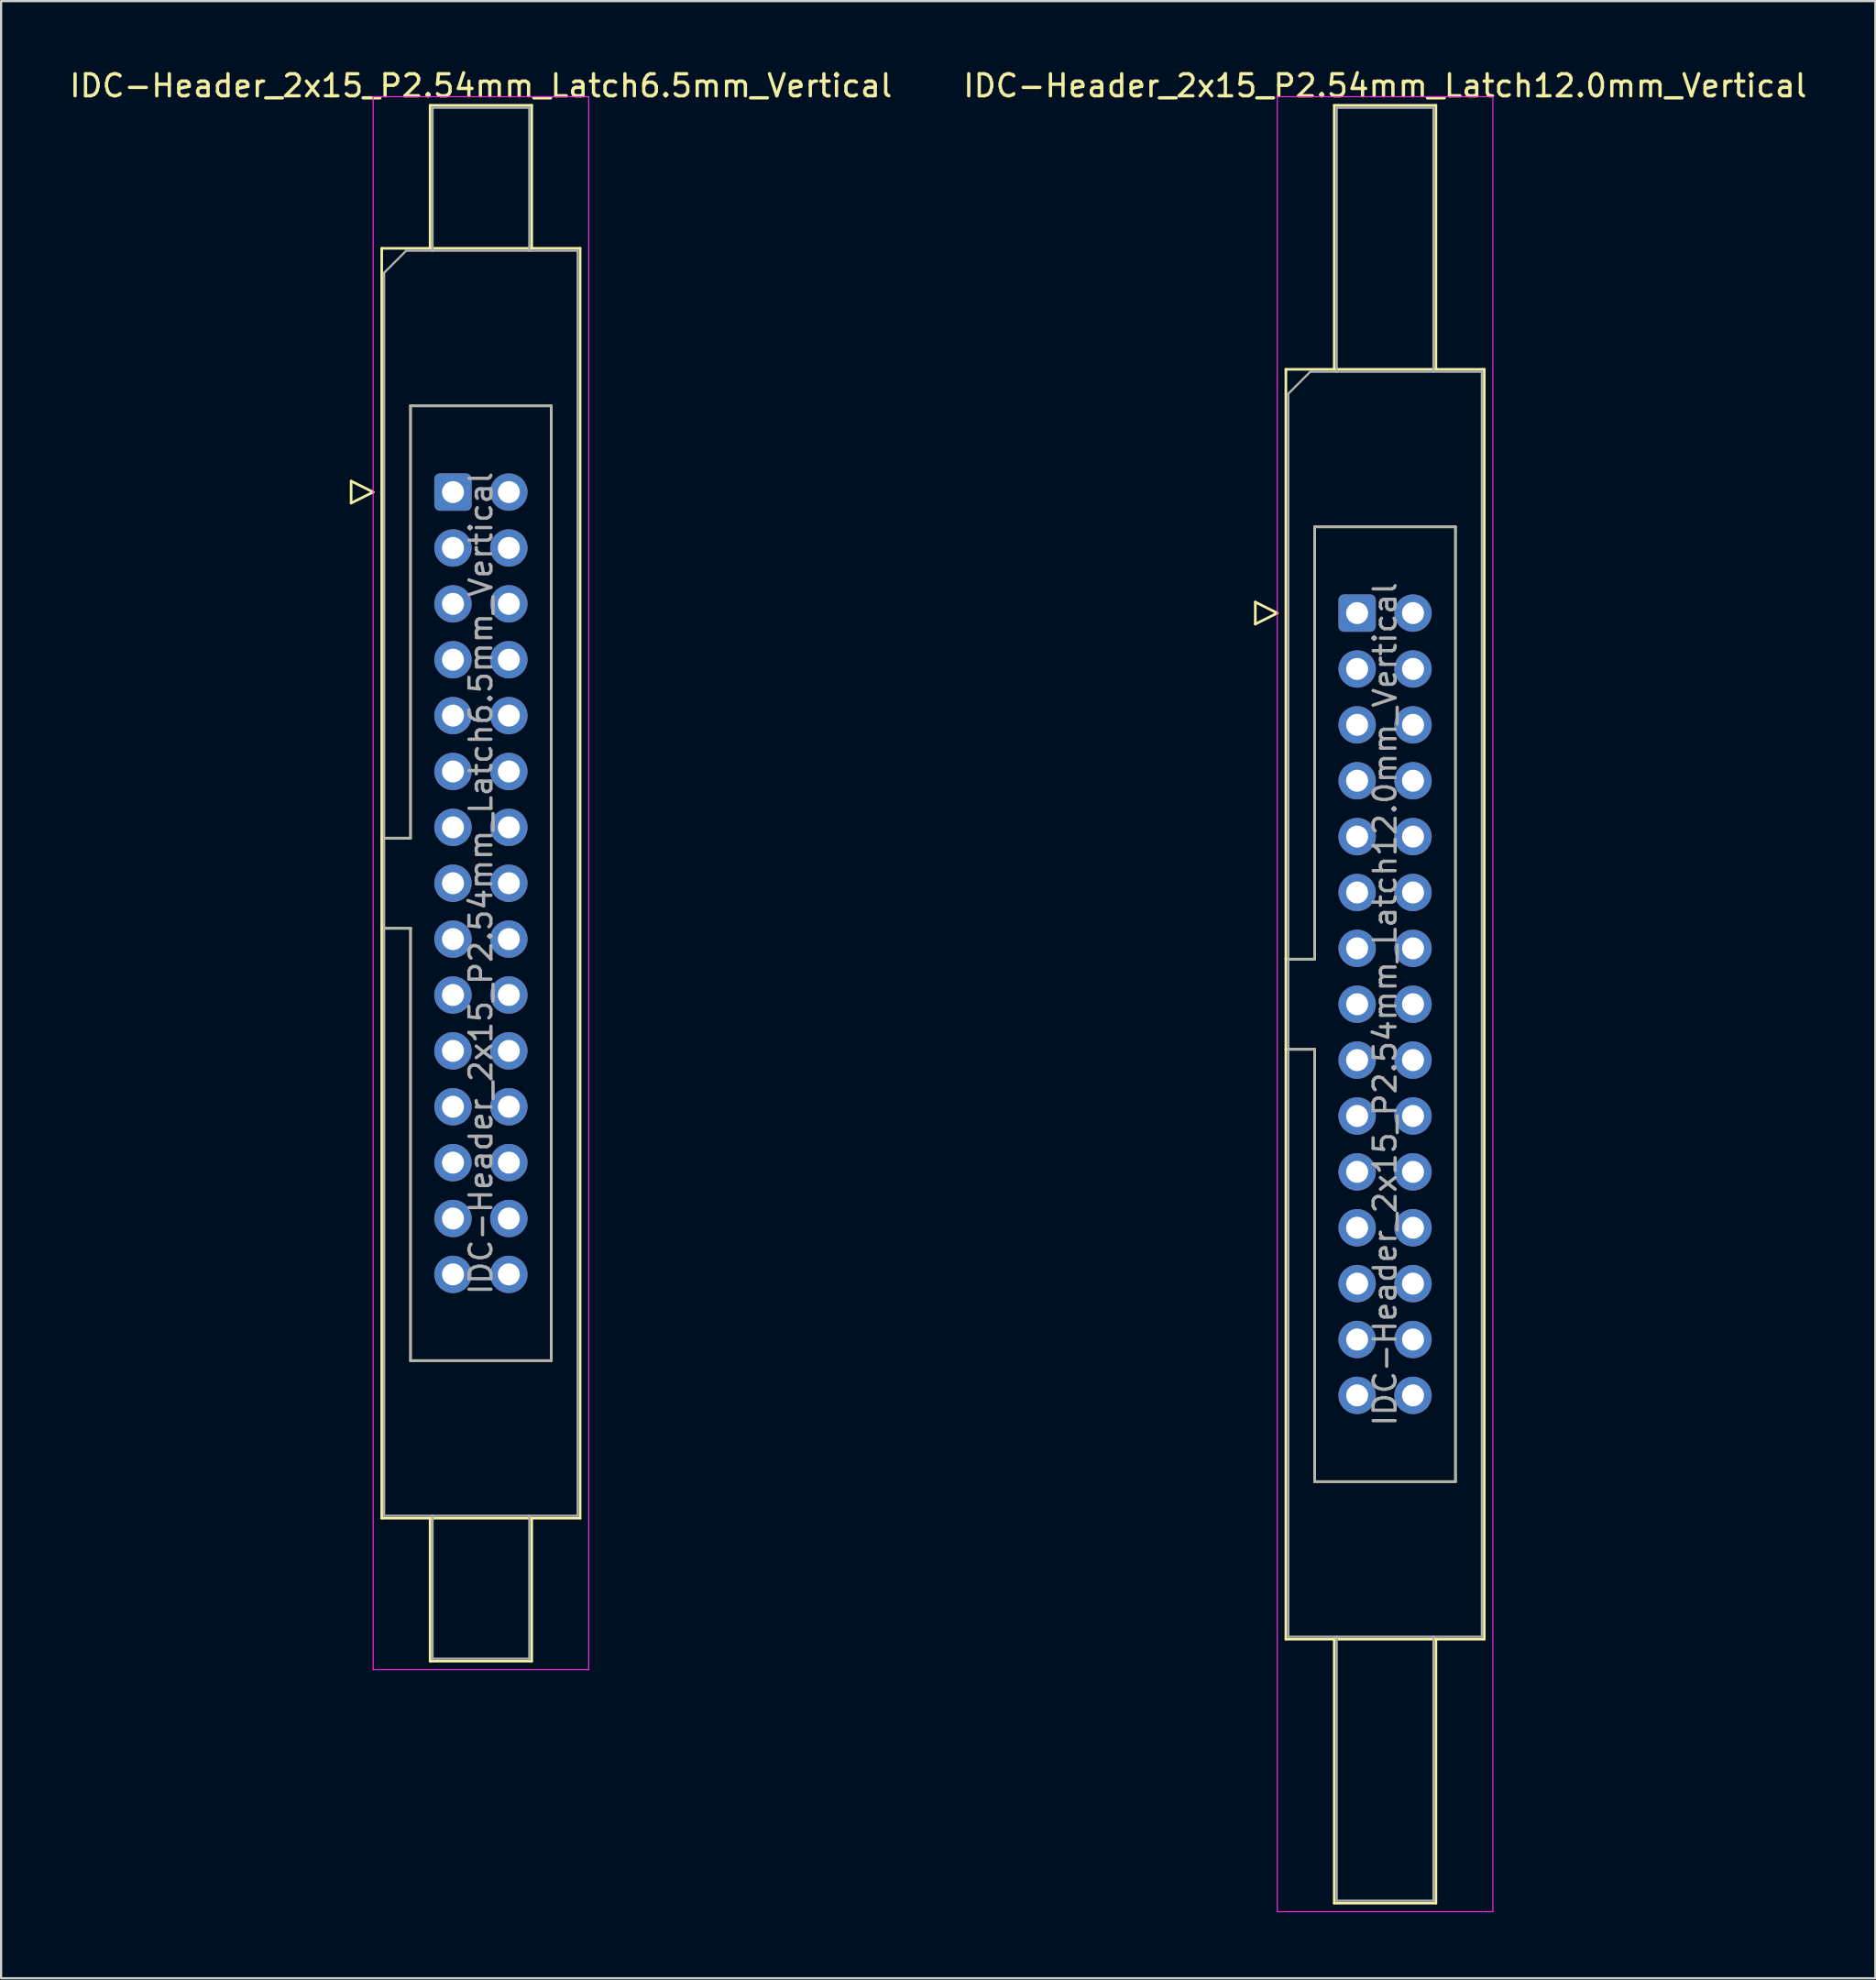
<source format=kicad_pcb>
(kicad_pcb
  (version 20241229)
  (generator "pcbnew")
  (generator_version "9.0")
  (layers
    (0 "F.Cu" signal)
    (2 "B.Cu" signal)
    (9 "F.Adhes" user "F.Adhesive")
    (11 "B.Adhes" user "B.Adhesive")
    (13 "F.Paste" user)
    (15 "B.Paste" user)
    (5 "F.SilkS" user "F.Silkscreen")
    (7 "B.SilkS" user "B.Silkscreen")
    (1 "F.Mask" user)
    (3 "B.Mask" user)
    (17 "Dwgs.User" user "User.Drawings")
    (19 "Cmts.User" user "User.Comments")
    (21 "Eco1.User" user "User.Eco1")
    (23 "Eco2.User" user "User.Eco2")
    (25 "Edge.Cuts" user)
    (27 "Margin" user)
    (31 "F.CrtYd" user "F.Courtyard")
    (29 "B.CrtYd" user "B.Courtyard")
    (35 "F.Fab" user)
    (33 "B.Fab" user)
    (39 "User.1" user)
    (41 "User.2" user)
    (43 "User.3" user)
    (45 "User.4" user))
  (footprint "IDC-Header_2x15_P2.54mm_Latch12.0mm_Vertical"
    (layer "F.Cu")
    (at 58.653 24.818)
    (property "Reference" "IDC-Header_2x15_P2.54mm_Latch12.0mm_Vertical" (at 1.27 -23.97 0) (layer "F.SilkS") (effects (font (size 1 1) (thickness 0.15))))
    (attr through_hole)
    (fp_line (start -4.63 -0.5) (end -4.63 0.5) (stroke (width 0.12) (type solid)) (layer "F.SilkS"))
    (fp_line (start -4.63 0.5) (end -3.63 0) (stroke (width 0.12) (type solid)) (layer "F.SilkS"))
    (fp_line (start -3.63 0) (end -4.63 -0.5) (stroke (width 0.12) (type solid)) (layer "F.SilkS"))
    (fp_line (start -3.24 -11.08) (end 5.78 -11.08) (stroke (width 0.12) (type solid)) (layer "F.SilkS"))
    (fp_line (start -3.24 15.73) (end -1.93 15.73) (stroke (width 0.12) (type solid)) (layer "F.SilkS"))
    (fp_line (start -3.24 46.64) (end -3.24 -11.08) (stroke (width 0.12) (type solid)) (layer "F.SilkS"))
    (fp_line (start -1.93 -3.92) (end 4.47 -3.92) (stroke (width 0.12) (type solid)) (layer "F.SilkS"))
    (fp_line (start -1.93 15.73) (end -1.93 -3.92) (stroke (width 0.12) (type solid)) (layer "F.SilkS"))
    (fp_line (start -1.93 19.83) (end -3.24 19.83) (stroke (width 0.12) (type solid)) (layer "F.SilkS"))
    (fp_line (start -1.93 19.83) (end -1.93 19.83) (stroke (width 0.12) (type solid)) (layer "F.SilkS"))
    (fp_line (start -1.93 39.48) (end -1.93 19.83) (stroke (width 0.12) (type solid)) (layer "F.SilkS"))
    (fp_line (start -1.04 -23.08) (end 3.58 -23.08) (stroke (width 0.12) (type solid)) (layer "F.SilkS"))
    (fp_line (start -1.04 -11.08) (end -1.04 -23.08) (stroke (width 0.12) (type solid)) (layer "F.SilkS"))
    (fp_line (start -1.04 46.64) (end -1.04 58.64) (stroke (width 0.12) (type solid)) (layer "F.SilkS"))
    (fp_line (start -1.04 58.64) (end 3.58 58.64) (stroke (width 0.12) (type solid)) (layer "F.SilkS"))
    (fp_line (start 3.58 -23.08) (end 3.58 -11.08) (stroke (width 0.12) (type solid)) (layer "F.SilkS"))
    (fp_line (start 3.58 58.64) (end 3.58 46.64) (stroke (width 0.12) (type solid)) (layer "F.SilkS"))
    (fp_line (start 4.47 -3.92) (end 4.47 39.48) (stroke (width 0.12) (type solid)) (layer "F.SilkS"))
    (fp_line (start 4.47 39.48) (end -1.93 39.48) (stroke (width 0.12) (type solid)) (layer "F.SilkS"))
    (fp_line (start 5.78 -11.08) (end 5.78 46.64) (stroke (width 0.12) (type solid)) (layer "F.SilkS"))
    (fp_line (start 5.78 46.64) (end -3.24 46.64) (stroke (width 0.12) (type solid)) (layer "F.SilkS"))
    (fp_line (start -3.63 -23.47) (end -3.63 59.03) (stroke (width 0.05) (type solid)) (layer "F.CrtYd"))
    (fp_line (start -3.63 59.03) (end 6.17 59.03) (stroke (width 0.05) (type solid)) (layer "F.CrtYd"))
    (fp_line (start 6.17 -23.47) (end -3.63 -23.47) (stroke (width 0.05) (type solid)) (layer "F.CrtYd"))
    (fp_line (start 6.17 59.03) (end 6.17 -23.47) (stroke (width 0.05) (type solid)) (layer "F.CrtYd"))
    (fp_line (start -3.13 -9.97) (end -2.13 -10.97) (stroke (width 0.1) (type solid)) (layer "F.Fab"))
    (fp_line (start -3.13 15.73) (end -1.93 15.73) (stroke (width 0.1) (type solid)) (layer "F.Fab"))
    (fp_line (start -3.13 46.53) (end -3.13 -9.97) (stroke (width 0.1) (type solid)) (layer "F.Fab"))
    (fp_line (start -2.13 -10.97) (end 5.67 -10.97) (stroke (width 0.1) (type solid)) (layer "F.Fab"))
    (fp_line (start -1.93 -3.92) (end 4.47 -3.92) (stroke (width 0.1) (type solid)) (layer "F.Fab"))
    (fp_line (start -1.93 15.73) (end -1.93 -3.92) (stroke (width 0.1) (type solid)) (layer "F.Fab"))
    (fp_line (start -1.93 19.83) (end -3.13 19.83) (stroke (width 0.1) (type solid)) (layer "F.Fab"))
    (fp_line (start -1.93 19.83) (end -1.93 19.83) (stroke (width 0.1) (type solid)) (layer "F.Fab"))
    (fp_line (start -1.93 39.48) (end -1.93 19.83) (stroke (width 0.1) (type solid)) (layer "F.Fab"))
    (fp_line (start -0.93 -22.97) (end 3.47 -22.97) (stroke (width 0.1) (type solid)) (layer "F.Fab"))
    (fp_line (start -0.93 -10.97) (end -0.93 -22.97) (stroke (width 0.1) (type solid)) (layer "F.Fab"))
    (fp_line (start -0.93 46.53) (end -0.93 58.53) (stroke (width 0.1) (type solid)) (layer "F.Fab"))
    (fp_line (start -0.93 58.53) (end 3.47 58.53) (stroke (width 0.1) (type solid)) (layer "F.Fab"))
    (fp_line (start 3.47 -22.97) (end 3.47 -10.97) (stroke (width 0.1) (type solid)) (layer "F.Fab"))
    (fp_line (start 3.47 58.53) (end 3.47 46.53) (stroke (width 0.1) (type solid)) (layer "F.Fab"))
    (fp_line (start 4.47 -3.92) (end 4.47 39.48) (stroke (width 0.1) (type solid)) (layer "F.Fab"))
    (fp_line (start 4.47 39.48) (end -1.93 39.48) (stroke (width 0.1) (type solid)) (layer "F.Fab"))
    (fp_line (start 5.67 -10.97) (end 5.67 46.53) (stroke (width 0.1) (type solid)) (layer "F.Fab"))
    (fp_line (start 5.67 46.53) (end -3.13 46.53) (stroke (width 0.1) (type solid)) (layer "F.Fab"))
    (fp_text user "${REFERENCE}" (at 1.27 17.78 90) (layer "F.Fab") (effects (font (size 1 1) (thickness 0.15))))
    (pad "1" thru_hole roundrect (at 0 0) (size 1.7 1.7) (drill 1) (layers "*.Cu" "*.Mask") (roundrect_rratio 0.147))
    (pad "2" thru_hole circle (at 2.54 0) (size 1.7 1.7) (drill 1) (layers "*.Cu" "*.Mask"))
    (pad "3" thru_hole circle (at 0 2.54) (size 1.7 1.7) (drill 1) (layers "*.Cu" "*.Mask"))
    (pad "4" thru_hole circle (at 2.54 2.54) (size 1.7 1.7) (drill 1) (layers "*.Cu" "*.Mask"))
    (pad "5" thru_hole circle (at 0 5.08) (size 1.7 1.7) (drill 1) (layers "*.Cu" "*.Mask"))
    (pad "6" thru_hole circle (at 2.54 5.08) (size 1.7 1.7) (drill 1) (layers "*.Cu" "*.Mask"))
    (pad "7" thru_hole circle (at 0 7.62) (size 1.7 1.7) (drill 1) (layers "*.Cu" "*.Mask"))
    (pad "8" thru_hole circle (at 2.54 7.62) (size 1.7 1.7) (drill 1) (layers "*.Cu" "*.Mask"))
    (pad "9" thru_hole circle (at 0 10.16) (size 1.7 1.7) (drill 1) (layers "*.Cu" "*.Mask"))
    (pad "10" thru_hole circle (at 2.54 10.16) (size 1.7 1.7) (drill 1) (layers "*.Cu" "*.Mask"))
    (pad "11" thru_hole circle (at 0 12.7) (size 1.7 1.7) (drill 1) (layers "*.Cu" "*.Mask"))
    (pad "12" thru_hole circle (at 2.54 12.7) (size 1.7 1.7) (drill 1) (layers "*.Cu" "*.Mask"))
    (pad "13" thru_hole circle (at 0 15.24) (size 1.7 1.7) (drill 1) (layers "*.Cu" "*.Mask"))
    (pad "14" thru_hole circle (at 2.54 15.24) (size 1.7 1.7) (drill 1) (layers "*.Cu" "*.Mask"))
    (pad "15" thru_hole circle (at 0 17.78) (size 1.7 1.7) (drill 1) (layers "*.Cu" "*.Mask"))
    (pad "16" thru_hole circle (at 2.54 17.78) (size 1.7 1.7) (drill 1) (layers "*.Cu" "*.Mask"))
    (pad "17" thru_hole circle (at 0 20.32) (size 1.7 1.7) (drill 1) (layers "*.Cu" "*.Mask"))
    (pad "18" thru_hole circle (at 2.54 20.32) (size 1.7 1.7) (drill 1) (layers "*.Cu" "*.Mask"))
    (pad "19" thru_hole circle (at 0 22.86) (size 1.7 1.7) (drill 1) (layers "*.Cu" "*.Mask"))
    (pad "20" thru_hole circle (at 2.54 22.86) (size 1.7 1.7) (drill 1) (layers "*.Cu" "*.Mask"))
    (pad "21" thru_hole circle (at 0 25.4) (size 1.7 1.7) (drill 1) (layers "*.Cu" "*.Mask"))
    (pad "22" thru_hole circle (at 2.54 25.4) (size 1.7 1.7) (drill 1) (layers "*.Cu" "*.Mask"))
    (pad "23" thru_hole circle (at 0 27.94) (size 1.7 1.7) (drill 1) (layers "*.Cu" "*.Mask"))
    (pad "24" thru_hole circle (at 2.54 27.94) (size 1.7 1.7) (drill 1) (layers "*.Cu" "*.Mask"))
    (pad "25" thru_hole circle (at 0 30.48) (size 1.7 1.7) (drill 1) (layers "*.Cu" "*.Mask"))
    (pad "26" thru_hole circle (at 2.54 30.48) (size 1.7 1.7) (drill 1) (layers "*.Cu" "*.Mask"))
    (pad "27" thru_hole circle (at 0 33.02) (size 1.7 1.7) (drill 1) (layers "*.Cu" "*.Mask"))
    (pad "28" thru_hole circle (at 2.54 33.02) (size 1.7 1.7) (drill 1) (layers "*.Cu" "*.Mask"))
    (pad "29" thru_hole circle (at 0 35.56) (size 1.7 1.7) (drill 1) (layers "*.Cu" "*.Mask"))
    (pad "30" thru_hole circle (at 2.54 35.56) (size 1.7 1.7) (drill 1) (layers "*.Cu" "*.Mask")))
  (footprint "IDC-Header_2x15_P2.54mm_Latch6.5mm_Vertical"
    (layer "F.Cu")
    (at 17.545 19.318)
    (property "Reference" "IDC-Header_2x15_P2.54mm_Latch6.5mm_Vertical" (at 1.27 -18.47 0) (layer "F.SilkS") (effects (font (size 1 1) (thickness 0.15))))
    (attr through_hole)
    (fp_line (start -4.63 -0.5) (end -4.63 0.5) (stroke (width 0.12) (type solid)) (layer "F.SilkS"))
    (fp_line (start -4.63 0.5) (end -3.63 0) (stroke (width 0.12) (type solid)) (layer "F.SilkS"))
    (fp_line (start -3.63 0) (end -4.63 -0.5) (stroke (width 0.12) (type solid)) (layer "F.SilkS"))
    (fp_line (start -3.24 -11.08) (end 5.78 -11.08) (stroke (width 0.12) (type solid)) (layer "F.SilkS"))
    (fp_line (start -3.24 15.73) (end -1.93 15.73) (stroke (width 0.12) (type solid)) (layer "F.SilkS"))
    (fp_line (start -3.24 46.64) (end -3.24 -11.08) (stroke (width 0.12) (type solid)) (layer "F.SilkS"))
    (fp_line (start -1.93 -3.92) (end 4.47 -3.92) (stroke (width 0.12) (type solid)) (layer "F.SilkS"))
    (fp_line (start -1.93 15.73) (end -1.93 -3.92) (stroke (width 0.12) (type solid)) (layer "F.SilkS"))
    (fp_line (start -1.93 19.83) (end -3.24 19.83) (stroke (width 0.12) (type solid)) (layer "F.SilkS"))
    (fp_line (start -1.93 19.83) (end -1.93 19.83) (stroke (width 0.12) (type solid)) (layer "F.SilkS"))
    (fp_line (start -1.93 39.48) (end -1.93 19.83) (stroke (width 0.12) (type solid)) (layer "F.SilkS"))
    (fp_line (start -1.04 -17.58) (end 3.58 -17.58) (stroke (width 0.12) (type solid)) (layer "F.SilkS"))
    (fp_line (start -1.04 -11.08) (end -1.04 -17.58) (stroke (width 0.12) (type solid)) (layer "F.SilkS"))
    (fp_line (start -1.04 46.64) (end -1.04 53.14) (stroke (width 0.12) (type solid)) (layer "F.SilkS"))
    (fp_line (start -1.04 53.14) (end 3.58 53.14) (stroke (width 0.12) (type solid)) (layer "F.SilkS"))
    (fp_line (start 3.58 -17.58) (end 3.58 -11.08) (stroke (width 0.12) (type solid)) (layer "F.SilkS"))
    (fp_line (start 3.58 53.14) (end 3.58 46.64) (stroke (width 0.12) (type solid)) (layer "F.SilkS"))
    (fp_line (start 4.47 -3.92) (end 4.47 39.48) (stroke (width 0.12) (type solid)) (layer "F.SilkS"))
    (fp_line (start 4.47 39.48) (end -1.93 39.48) (stroke (width 0.12) (type solid)) (layer "F.SilkS"))
    (fp_line (start 5.78 -11.08) (end 5.78 46.64) (stroke (width 0.12) (type solid)) (layer "F.SilkS"))
    (fp_line (start 5.78 46.64) (end -3.24 46.64) (stroke (width 0.12) (type solid)) (layer "F.SilkS"))
    (fp_line (start -3.63 -17.97) (end -3.63 53.53) (stroke (width 0.05) (type solid)) (layer "F.CrtYd"))
    (fp_line (start -3.63 53.53) (end 6.17 53.53) (stroke (width 0.05) (type solid)) (layer "F.CrtYd"))
    (fp_line (start 6.17 -17.97) (end -3.63 -17.97) (stroke (width 0.05) (type solid)) (layer "F.CrtYd"))
    (fp_line (start 6.17 53.53) (end 6.17 -17.97) (stroke (width 0.05) (type solid)) (layer "F.CrtYd"))
    (fp_line (start -3.13 -9.97) (end -2.13 -10.97) (stroke (width 0.1) (type solid)) (layer "F.Fab"))
    (fp_line (start -3.13 15.73) (end -1.93 15.73) (stroke (width 0.1) (type solid)) (layer "F.Fab"))
    (fp_line (start -3.13 46.53) (end -3.13 -9.97) (stroke (width 0.1) (type solid)) (layer "F.Fab"))
    (fp_line (start -2.13 -10.97) (end 5.67 -10.97) (stroke (width 0.1) (type solid)) (layer "F.Fab"))
    (fp_line (start -1.93 -3.92) (end 4.47 -3.92) (stroke (width 0.1) (type solid)) (layer "F.Fab"))
    (fp_line (start -1.93 15.73) (end -1.93 -3.92) (stroke (width 0.1) (type solid)) (layer "F.Fab"))
    (fp_line (start -1.93 19.83) (end -3.13 19.83) (stroke (width 0.1) (type solid)) (layer "F.Fab"))
    (fp_line (start -1.93 19.83) (end -1.93 19.83) (stroke (width 0.1) (type solid)) (layer "F.Fab"))
    (fp_line (start -1.93 39.48) (end -1.93 19.83) (stroke (width 0.1) (type solid)) (layer "F.Fab"))
    (fp_line (start -0.93 -17.47) (end 3.47 -17.47) (stroke (width 0.1) (type solid)) (layer "F.Fab"))
    (fp_line (start -0.93 -10.97) (end -0.93 -17.47) (stroke (width 0.1) (type solid)) (layer "F.Fab"))
    (fp_line (start -0.93 46.53) (end -0.93 53.03) (stroke (width 0.1) (type solid)) (layer "F.Fab"))
    (fp_line (start -0.93 53.03) (end 3.47 53.03) (stroke (width 0.1) (type solid)) (layer "F.Fab"))
    (fp_line (start 3.47 -17.47) (end 3.47 -10.97) (stroke (width 0.1) (type solid)) (layer "F.Fab"))
    (fp_line (start 3.47 53.03) (end 3.47 46.53) (stroke (width 0.1) (type solid)) (layer "F.Fab"))
    (fp_line (start 4.47 -3.92) (end 4.47 39.48) (stroke (width 0.1) (type solid)) (layer "F.Fab"))
    (fp_line (start 4.47 39.48) (end -1.93 39.48) (stroke (width 0.1) (type solid)) (layer "F.Fab"))
    (fp_line (start 5.67 -10.97) (end 5.67 46.53) (stroke (width 0.1) (type solid)) (layer "F.Fab"))
    (fp_line (start 5.67 46.53) (end -3.13 46.53) (stroke (width 0.1) (type solid)) (layer "F.Fab"))
    (fp_text user "${REFERENCE}" (at 1.27 17.78 90) (layer "F.Fab") (effects (font (size 1 1) (thickness 0.15))))
    (pad "1" thru_hole roundrect (at 0 0) (size 1.7 1.7) (drill 1) (layers "*.Cu" "*.Mask") (roundrect_rratio 0.147))
    (pad "2" thru_hole circle (at 2.54 0) (size 1.7 1.7) (drill 1) (layers "*.Cu" "*.Mask"))
    (pad "3" thru_hole circle (at 0 2.54) (size 1.7 1.7) (drill 1) (layers "*.Cu" "*.Mask"))
    (pad "4" thru_hole circle (at 2.54 2.54) (size 1.7 1.7) (drill 1) (layers "*.Cu" "*.Mask"))
    (pad "5" thru_hole circle (at 0 5.08) (size 1.7 1.7) (drill 1) (layers "*.Cu" "*.Mask"))
    (pad "6" thru_hole circle (at 2.54 5.08) (size 1.7 1.7) (drill 1) (layers "*.Cu" "*.Mask"))
    (pad "7" thru_hole circle (at 0 7.62) (size 1.7 1.7) (drill 1) (layers "*.Cu" "*.Mask"))
    (pad "8" thru_hole circle (at 2.54 7.62) (size 1.7 1.7) (drill 1) (layers "*.Cu" "*.Mask"))
    (pad "9" thru_hole circle (at 0 10.16) (size 1.7 1.7) (drill 1) (layers "*.Cu" "*.Mask"))
    (pad "10" thru_hole circle (at 2.54 10.16) (size 1.7 1.7) (drill 1) (layers "*.Cu" "*.Mask"))
    (pad "11" thru_hole circle (at 0 12.7) (size 1.7 1.7) (drill 1) (layers "*.Cu" "*.Mask"))
    (pad "12" thru_hole circle (at 2.54 12.7) (size 1.7 1.7) (drill 1) (layers "*.Cu" "*.Mask"))
    (pad "13" thru_hole circle (at 0 15.24) (size 1.7 1.7) (drill 1) (layers "*.Cu" "*.Mask"))
    (pad "14" thru_hole circle (at 2.54 15.24) (size 1.7 1.7) (drill 1) (layers "*.Cu" "*.Mask"))
    (pad "15" thru_hole circle (at 0 17.78) (size 1.7 1.7) (drill 1) (layers "*.Cu" "*.Mask"))
    (pad "16" thru_hole circle (at 2.54 17.78) (size 1.7 1.7) (drill 1) (layers "*.Cu" "*.Mask"))
    (pad "17" thru_hole circle (at 0 20.32) (size 1.7 1.7) (drill 1) (layers "*.Cu" "*.Mask"))
    (pad "18" thru_hole circle (at 2.54 20.32) (size 1.7 1.7) (drill 1) (layers "*.Cu" "*.Mask"))
    (pad "19" thru_hole circle (at 0 22.86) (size 1.7 1.7) (drill 1) (layers "*.Cu" "*.Mask"))
    (pad "20" thru_hole circle (at 2.54 22.86) (size 1.7 1.7) (drill 1) (layers "*.Cu" "*.Mask"))
    (pad "21" thru_hole circle (at 0 25.4) (size 1.7 1.7) (drill 1) (layers "*.Cu" "*.Mask"))
    (pad "22" thru_hole circle (at 2.54 25.4) (size 1.7 1.7) (drill 1) (layers "*.Cu" "*.Mask"))
    (pad "23" thru_hole circle (at 0 27.94) (size 1.7 1.7) (drill 1) (layers "*.Cu" "*.Mask"))
    (pad "24" thru_hole circle (at 2.54 27.94) (size 1.7 1.7) (drill 1) (layers "*.Cu" "*.Mask"))
    (pad "25" thru_hole circle (at 0 30.48) (size 1.7 1.7) (drill 1) (layers "*.Cu" "*.Mask"))
    (pad "26" thru_hole circle (at 2.54 30.48) (size 1.7 1.7) (drill 1) (layers "*.Cu" "*.Mask"))
    (pad "27" thru_hole circle (at 0 33.02) (size 1.7 1.7) (drill 1) (layers "*.Cu" "*.Mask"))
    (pad "28" thru_hole circle (at 2.54 33.02) (size 1.7 1.7) (drill 1) (layers "*.Cu" "*.Mask"))
    (pad "29" thru_hole circle (at 0 35.56) (size 1.7 1.7) (drill 1) (layers "*.Cu" "*.Mask"))
    (pad "30" thru_hole circle (at 2.54 35.56) (size 1.7 1.7) (drill 1) (layers "*.Cu" "*.Mask")))
  (gr_rect
    (start -3 -3)
    (end 82.214 86.873)
    (stroke (width 0.1) (type default))
    (fill no)
    (layer "Edge.Cuts")))
</source>
